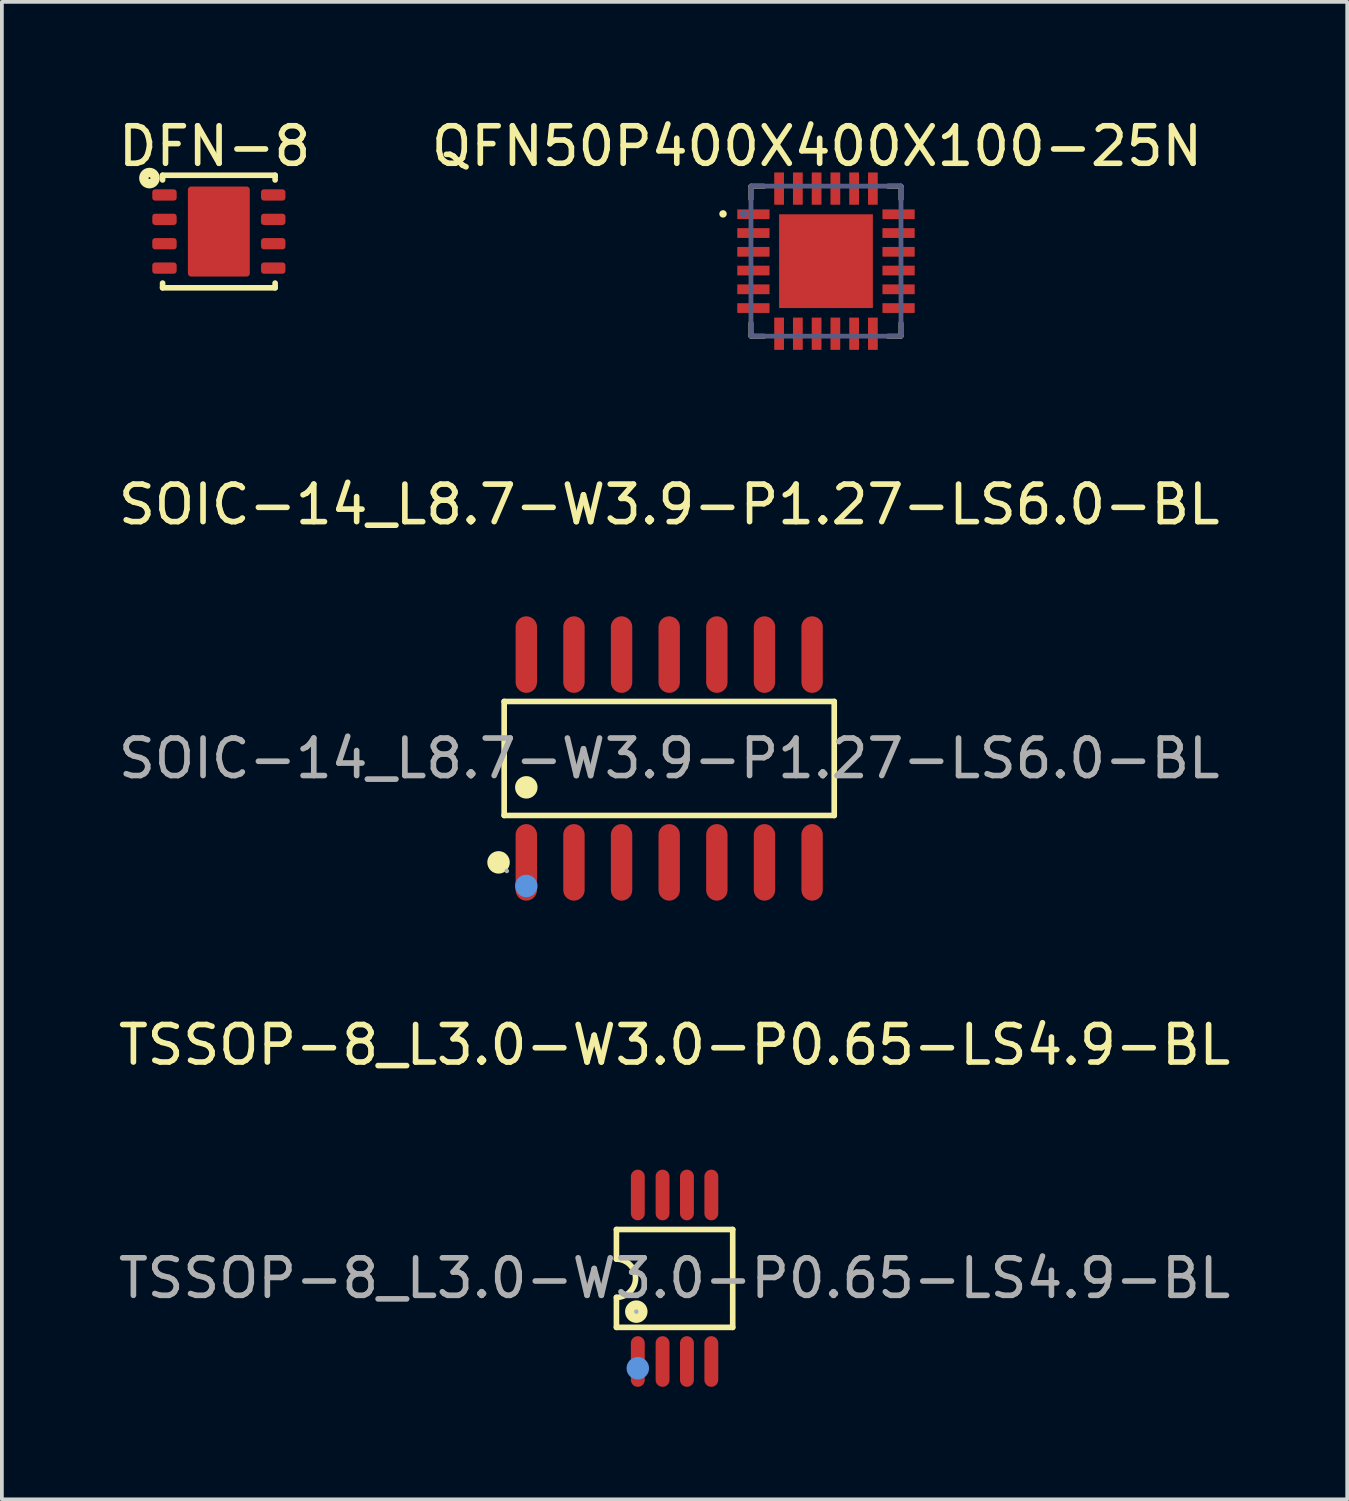
<source format=kicad_pcb>
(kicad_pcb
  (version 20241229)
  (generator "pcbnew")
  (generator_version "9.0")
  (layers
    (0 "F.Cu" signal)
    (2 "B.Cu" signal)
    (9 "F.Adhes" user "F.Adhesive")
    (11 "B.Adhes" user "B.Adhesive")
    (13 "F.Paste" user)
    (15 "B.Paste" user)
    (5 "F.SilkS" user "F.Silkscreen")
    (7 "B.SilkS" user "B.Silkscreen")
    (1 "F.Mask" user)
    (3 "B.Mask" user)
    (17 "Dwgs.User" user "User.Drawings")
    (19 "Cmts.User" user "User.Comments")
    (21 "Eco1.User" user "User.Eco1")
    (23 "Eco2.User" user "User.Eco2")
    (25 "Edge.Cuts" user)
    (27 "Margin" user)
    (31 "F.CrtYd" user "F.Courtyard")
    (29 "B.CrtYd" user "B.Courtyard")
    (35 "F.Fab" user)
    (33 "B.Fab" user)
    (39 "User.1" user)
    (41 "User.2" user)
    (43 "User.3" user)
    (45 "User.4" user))
  (footprint "SOIC-14_L8.7-W3.9-P1.27-LS6.0-BL"
    (layer "F.Cu")
    (at 14.792 17.172)
    (property "Reference" "SOIC-14_L8.7-W3.9-P1.27-LS6.0-BL" (at 0 -6.77 0) (layer "F.SilkS") (effects (font (size 1 1) (thickness 0.15))))
    (attr smd)
    (fp_line (start -4.4 -1.52) (end 4.4 -1.52) (stroke (width 0.15) (type solid)) (layer "F.SilkS"))
    (fp_line (start -4.4 1.52) (end -4.4 -1.52) (stroke (width 0.15) (type solid)) (layer "F.SilkS"))
    (fp_line (start 4.4 -1.52) (end 4.4 1.52) (stroke (width 0.15) (type solid)) (layer "F.SilkS"))
    (fp_line (start 4.4 1.52) (end -4.4 1.52) (stroke (width 0.15) (type solid)) (layer "F.SilkS"))
    (fp_circle (center -4.55 2.77) (end -4.4 2.77) (stroke (width 0.3) (type solid)) (fill no) (layer "F.SilkS"))
    (fp_circle (center -3.81 0.77) (end -3.66 0.77) (stroke (width 0.3) (type solid)) (fill no) (layer "F.SilkS"))
    (fp_circle (center -3.81 3.4) (end -3.66 3.4) (stroke (width 0.3) (type solid)) (fill no) (layer "Cmts.User"))
    (fp_circle (center -4.33 3) (end -4.3 3) (stroke (width 0.06) (type solid)) (fill no) (layer "F.Fab"))
    (fp_text user "${REFERENCE}" (at 0 0 0) (layer "F.Fab") (effects (font (size 1 1) (thickness 0.15))))
    (pad "1" smd oval (at -3.81 2.77) (size 0.57 2.04) (layers "F.Cu" "F.Mask" "F.Paste"))
    (pad "2" smd oval (at -2.54 2.77) (size 0.57 2.04) (layers "F.Cu" "F.Mask" "F.Paste"))
    (pad "3" smd oval (at -1.27 2.77) (size 0.57 2.04) (layers "F.Cu" "F.Mask" "F.Paste"))
    (pad "4" smd oval (at 0 2.77) (size 0.57 2.04) (layers "F.Cu" "F.Mask" "F.Paste"))
    (pad "5" smd oval (at 1.27 2.77) (size 0.57 2.04) (layers "F.Cu" "F.Mask" "F.Paste"))
    (pad "6" smd oval (at 2.54 2.77) (size 0.57 2.04) (layers "F.Cu" "F.Mask" "F.Paste"))
    (pad "7" smd oval (at 3.81 2.77) (size 0.57 2.04) (layers "F.Cu" "F.Mask" "F.Paste"))
    (pad "8" smd oval (at 3.81 -2.77) (size 0.57 2.04) (layers "F.Cu" "F.Mask" "F.Paste"))
    (pad "9" smd oval (at 2.54 -2.77) (size 0.57 2.04) (layers "F.Cu" "F.Mask" "F.Paste"))
    (pad "10" smd oval (at 1.27 -2.77) (size 0.57 2.04) (layers "F.Cu" "F.Mask" "F.Paste"))
    (pad "11" smd oval (at 0 -2.77) (size 0.57 2.04) (layers "F.Cu" "F.Mask" "F.Paste"))
    (pad "12" smd oval (at -1.27 -2.77) (size 0.57 2.04) (layers "F.Cu" "F.Mask" "F.Paste"))
    (pad "13" smd oval (at -2.54 -2.77) (size 0.57 2.04) (layers "F.Cu" "F.Mask" "F.Paste"))
    (pad "14" smd oval (at -3.81 -2.77) (size 0.57 2.04) (layers "F.Cu" "F.Mask" "F.Paste")))
  (footprint "TSSOP-8_L3.0-W3.0-P0.65-LS4.9-BL"
    (layer "F.Cu")
    (at 14.935 31.03)
    (property "Reference" "TSSOP-8_L3.0-W3.0-P0.65-LS4.9-BL" (at 0 -6.22 0) (layer "F.SilkS") (effects (font (size 1 1) (thickness 0.15))))
    (attr smd)
    (fp_line (start -1.55 -1.3) (end -1.55 -0.51) (stroke (width 0.15) (type solid)) (layer "F.SilkS"))
    (fp_line (start -1.55 -1.3) (end 1.55 -1.3) (stroke (width 0.15) (type solid)) (layer "F.SilkS"))
    (fp_line (start -1.55 0.51) (end -1.55 1.31) (stroke (width 0.15) (type solid)) (layer "F.SilkS"))
    (fp_line (start -1.55 1.31) (end 1.55 1.31) (stroke (width 0.15) (type solid)) (layer "F.SilkS"))
    (fp_line (start 1.55 -1.3) (end 1.55 1.31) (stroke (width 0.15) (type solid)) (layer "F.SilkS"))
    (fp_arc (start -1.55 -0.51) (mid -1.04 0) (end -1.55 0.51) (stroke (width 0.15) (type solid)) (layer "F.SilkS"))
    (fp_circle (center -1.02 0.89) (end -0.87 0.89) (stroke (width 0.3) (type solid)) (fill no) (layer "F.SilkS"))
    (fp_circle (center -0.98 2.4) (end -0.83 2.4) (stroke (width 0.3) (type solid)) (fill no) (layer "Cmts.User"))
    (fp_circle (center -1.02 0.89) (end -0.99 0.89) (stroke (width 0.06) (type solid)) (fill no) (layer "F.Fab"))
    (fp_text user "${REFERENCE}" (at 0 0 0) (layer "F.Fab") (effects (font (size 1 1) (thickness 0.15))))
    (pad "1" smd oval (at -0.98 2.22) (size 0.37 1.35) (layers "F.Cu" "F.Mask" "F.Paste"))
    (pad "2" smd oval (at -0.32 2.22) (size 0.37 1.35) (layers "F.Cu" "F.Mask" "F.Paste"))
    (pad "3" smd oval (at 0.33 2.22) (size 0.37 1.35) (layers "F.Cu" "F.Mask" "F.Paste"))
    (pad "4" smd oval (at 0.98 2.22) (size 0.37 1.35) (layers "F.Cu" "F.Mask" "F.Paste"))
    (pad "5" smd oval (at 0.98 -2.22) (size 0.37 1.35) (layers "F.Cu" "F.Mask" "F.Paste"))
    (pad "6" smd oval (at 0.33 -2.22) (size 0.37 1.35) (layers "F.Cu" "F.Mask" "F.Paste"))
    (pad "7" smd oval (at -0.32 -2.22) (size 0.37 1.35) (layers "F.Cu" "F.Mask" "F.Paste"))
    (pad "8" smd oval (at -0.98 -2.22) (size 0.37 1.35) (layers "F.Cu" "F.Mask" "F.Paste")))
  (footprint "DFN-8"
    (layer "F.Cu")
    (at 2.785 3.123)
    (property "Reference" "DFN-8" (at -0.113 -2.275 0) (layer "F.SilkS") (effects (font (size 1 1) (thickness 0.15))))
    (fp_line (start -1.5 -1.5) (end 1.5 -1.5) (stroke (width 0.15) (type solid)) (layer "F.SilkS"))
    (fp_line (start -1.5 -1.375) (end -1.5 -1.5) (stroke (width 0.15) (type solid)) (layer "F.SilkS"))
    (fp_line (start -1.5 1.5) (end -1.5 1.375) (stroke (width 0.15) (type solid)) (layer "F.SilkS"))
    (fp_line (start -1.5 1.5) (end 1.5 1.5) (stroke (width 0.15) (type solid)) (layer "F.SilkS"))
    (fp_line (start 1.5 -1.375) (end 1.5 -1.5) (stroke (width 0.15) (type solid)) (layer "F.SilkS"))
    (fp_line (start 1.5 1.5) (end 1.5 1.375) (stroke (width 0.15) (type solid)) (layer "F.SilkS"))
    (fp_circle (center -1.85 -1.425) (end -1.85 -1.45) (stroke (width 0.25) (type solid)) (fill no) (layer "F.SilkS"))
    (fp_rect (start -0.6 0.1) (end -0.2 0.5) (stroke (width 0) (type default)) (fill yes) (layer "F.Paste"))
    (fp_rect (start -0.6 -0.5) (end -0.2 -0.1) (stroke (width 0) (type default)) (fill yes) (layer "F.Paste"))
    (fp_rect (start 0.2 -0.5) (end 0.6 -0.1) (stroke (width 0) (type default)) (fill yes) (layer "F.Paste"))
    (fp_rect (start 0.2 0.1) (end 0.6 0.5) (stroke (width 0) (type default)) (fill yes) (layer "F.Paste"))
    (pad "1" smd roundrect (at -1.45 -0.975 270) (size 0.3 0.65) (layers "F.Cu" "F.Mask" "F.Paste") (roundrect_rratio 0.25))
    (pad "2" smd roundrect (at -1.45 -0.325 270) (size 0.3 0.65) (layers "F.Cu" "F.Mask" "F.Paste") (roundrect_rratio 0.25))
    (pad "3" smd roundrect (at -1.45 0.325 270) (size 0.3 0.65) (layers "F.Cu" "F.Mask" "F.Paste") (roundrect_rratio 0.25))
    (pad "4" smd roundrect (at -1.45 0.975 270) (size 0.3 0.65) (layers "F.Cu" "F.Mask" "F.Paste") (roundrect_rratio 0.25))
    (pad "5" smd roundrect (at 1.45 0.975 270) (size 0.3 0.65) (layers "F.Cu" "F.Mask" "F.Paste") (roundrect_rratio 0.25))
    (pad "6" smd roundrect (at 1.45 0.325 270) (size 0.3 0.65) (layers "F.Cu" "F.Mask" "F.Paste") (roundrect_rratio 0.25))
    (pad "7" smd roundrect (at 1.45 -0.325 270) (size 0.3 0.65) (layers "F.Cu" "F.Mask" "F.Paste") (roundrect_rratio 0.25))
    (pad "8" smd roundrect (at 1.45 -0.975 270) (size 0.3 0.65) (layers "F.Cu" "F.Mask" "F.Paste") (roundrect_rratio 0.25))
    (pad "9" smd roundrect (at 0 0 270) (size 2.4 1.65) (layers "F.Cu" "F.Mask" "F.Paste") (roundrect_rratio 0.05)))
  (footprint "QFN50P400X400X100-25N"
    (layer "F.Cu")
    (at 18.972 3.913)
    (property "Reference" "QFN50P400X400X100-25N" (at -0.24 -3.065 0) (layer "F.SilkS") (effects (font (size 1 1) (thickness 0.15))))
    (fp_line (start -2 -2) (end -1.65 -2) (stroke (width 0.127) (type solid)) (layer "F.SilkS"))
    (fp_line (start -2 -1.65) (end -2 -2) (stroke (width 0.127) (type solid)) (layer "F.SilkS"))
    (fp_line (start -2 2) (end -2 1.65) (stroke (width 0.127) (type solid)) (layer "F.SilkS"))
    (fp_line (start -2 2) (end -1.65 2) (stroke (width 0.127) (type solid)) (layer "F.SilkS"))
    (fp_line (start 1.65 -2) (end 2 -2) (stroke (width 0.127) (type solid)) (layer "F.SilkS"))
    (fp_line (start 1.65 2) (end 2 2) (stroke (width 0.127) (type solid)) (layer "F.SilkS"))
    (fp_line (start 2 -1.65) (end 2 -2) (stroke (width 0.127) (type solid)) (layer "F.SilkS"))
    (fp_line (start 2 2) (end 2 1.65) (stroke (width 0.127) (type solid)) (layer "F.SilkS"))
    (fp_circle (center -2.745 -1.26) (end -2.745 -1.31) (stroke (width 0.1) (type solid)) (fill no) (layer "F.SilkS"))
    (fp_poly (pts (xy -0.17 -0.17) (xy -1.091 -0.17) (xy -1.091 -1.09) (xy -0.17 -1.09)) (stroke (width 0) (type default)) (fill yes) (layer "F.Paste"))
    (fp_poly (pts (xy -0.17 1.092) (xy -1.092 1.092) (xy -1.092 0.17) (xy -0.17 0.17)) (stroke (width 0) (type default)) (fill yes) (layer "F.Paste"))
    (fp_poly (pts (xy 1.09 -0.17) (xy 0.17 -0.17) (xy 0.17 -1.09) (xy 1.09 -1.09)) (stroke (width 0) (type default)) (fill yes) (layer "F.Paste"))
    (fp_poly (pts (xy 1.09 1.09) (xy 0.17 1.09) (xy 0.17 0.17) (xy 1.09 0.17)) (stroke (width 0) (type default)) (fill yes) (layer "F.Paste"))
    (fp_line (start -2.615 -2.615) (end 2.615 -2.615) (stroke (width 0.05) (type solid)) (layer "Eco2.User"))
    (fp_line (start -2.615 2.615) (end -2.615 -2.615) (stroke (width 0.05) (type solid)) (layer "Eco2.User"))
    (fp_line (start -2.615 2.615) (end 2.615 2.615) (stroke (width 0.05) (type solid)) (layer "Eco2.User"))
    (fp_line (start 2.615 2.615) (end 2.615 -2.615) (stroke (width 0.05) (type solid)) (layer "Eco2.User"))
    (fp_line (start -2 -2) (end 2 -2) (stroke (width 0.127) (type solid)) (layer "B.Fab"))
    (fp_line (start -2 2) (end -2 -2) (stroke (width 0.127) (type solid)) (layer "B.Fab"))
    (fp_line (start -2 2) (end 2 2) (stroke (width 0.127) (type solid)) (layer "B.Fab"))
    (fp_line (start 2 2) (end 2 -2) (stroke (width 0.127) (type solid)) (layer "B.Fab"))
    (fp_circle (center -2.195 -1.26) (end -2.195 -1.31) (stroke (width 0.1) (type solid)) (fill no) (layer "B.Fab"))
    (pad "1" smd roundrect (at -1.935 -1.25) (size 0.86 0.26) (layers "F.Cu" "F.Mask" "F.Paste") (roundrect_rratio 0.035))
    (pad "2" smd roundrect (at -1.935 -0.75) (size 0.86 0.26) (layers "F.Cu" "F.Mask" "F.Paste") (roundrect_rratio 0.035))
    (pad "3" smd roundrect (at -1.935 -0.25) (size 0.86 0.26) (layers "F.Cu" "F.Mask" "F.Paste") (roundrect_rratio 0.035))
    (pad "4" smd roundrect (at -1.935 0.25) (size 0.86 0.26) (layers "F.Cu" "F.Mask" "F.Paste") (roundrect_rratio 0.035))
    (pad "5" smd roundrect (at -1.935 0.75) (size 0.86 0.26) (layers "F.Cu" "F.Mask" "F.Paste") (roundrect_rratio 0.035))
    (pad "6" smd roundrect (at -1.935 1.25) (size 0.86 0.26) (layers "F.Cu" "F.Mask" "F.Paste") (roundrect_rratio 0.035))
    (pad "7" smd roundrect (at -1.25 1.935 90) (size 0.86 0.26) (layers "F.Cu" "F.Mask" "F.Paste") (roundrect_rratio 0.035))
    (pad "8" smd roundrect (at -0.75 1.935 90) (size 0.86 0.26) (layers "F.Cu" "F.Mask" "F.Paste") (roundrect_rratio 0.035))
    (pad "9" smd roundrect (at -0.25 1.935 90) (size 0.86 0.26) (layers "F.Cu" "F.Mask" "F.Paste") (roundrect_rratio 0.035))
    (pad "10" smd roundrect (at 0.25 1.935 90) (size 0.86 0.26) (layers "F.Cu" "F.Mask" "F.Paste") (roundrect_rratio 0.035))
    (pad "11" smd roundrect (at 0.75 1.935 90) (size 0.86 0.26) (layers "F.Cu" "F.Mask" "F.Paste") (roundrect_rratio 0.035))
    (pad "12" smd roundrect (at 1.25 1.935 90) (size 0.86 0.26) (layers "F.Cu" "F.Mask" "F.Paste") (roundrect_rratio 0.035))
    (pad "13" smd roundrect (at 1.935 1.25) (size 0.86 0.26) (layers "F.Cu" "F.Mask" "F.Paste") (roundrect_rratio 0.035))
    (pad "14" smd roundrect (at 1.935 0.75) (size 0.86 0.26) (layers "F.Cu" "F.Mask" "F.Paste") (roundrect_rratio 0.035))
    (pad "15" smd roundrect (at 1.935 0.25) (size 0.86 0.26) (layers "F.Cu" "F.Mask" "F.Paste") (roundrect_rratio 0.035))
    (pad "16" smd roundrect (at 1.935 -0.25) (size 0.86 0.26) (layers "F.Cu" "F.Mask" "F.Paste") (roundrect_rratio 0.035))
    (pad "17" smd roundrect (at 1.935 -0.75) (size 0.86 0.26) (layers "F.Cu" "F.Mask" "F.Paste") (roundrect_rratio 0.035))
    (pad "18" smd roundrect (at 1.935 -1.25) (size 0.86 0.26) (layers "F.Cu" "F.Mask" "F.Paste") (roundrect_rratio 0.035))
    (pad "19" smd roundrect (at 1.25 -1.935 90) (size 0.86 0.26) (layers "F.Cu" "F.Mask" "F.Paste") (roundrect_rratio 0.035))
    (pad "20" smd roundrect (at 0.75 -1.935 90) (size 0.86 0.26) (layers "F.Cu" "F.Mask" "F.Paste") (roundrect_rratio 0.035))
    (pad "21" smd roundrect (at 0.25 -1.935 90) (size 0.86 0.26) (layers "F.Cu" "F.Mask" "F.Paste") (roundrect_rratio 0.035))
    (pad "22" smd roundrect (at -0.25 -1.935 90) (size 0.86 0.26) (layers "F.Cu" "F.Mask" "F.Paste") (roundrect_rratio 0.035))
    (pad "23" smd roundrect (at -0.75 -1.935 90) (size 0.86 0.26) (layers "F.Cu" "F.Mask" "F.Paste") (roundrect_rratio 0.035))
    (pad "24" smd roundrect (at -1.25 -1.935 90) (size 0.86 0.26) (layers "F.Cu" "F.Mask" "F.Paste") (roundrect_rratio 0.035))
    (pad "25" smd rect (at 0 0) (size 2.5 2.5) (layers "F.Cu" "F.Mask" "F.Paste")))
  (gr_rect
    (start -3 -3)
    (end 32.869 36.925)
    (stroke (width 0.1) (type default))
    (fill no)
    (layer "Edge.Cuts")))
</source>
